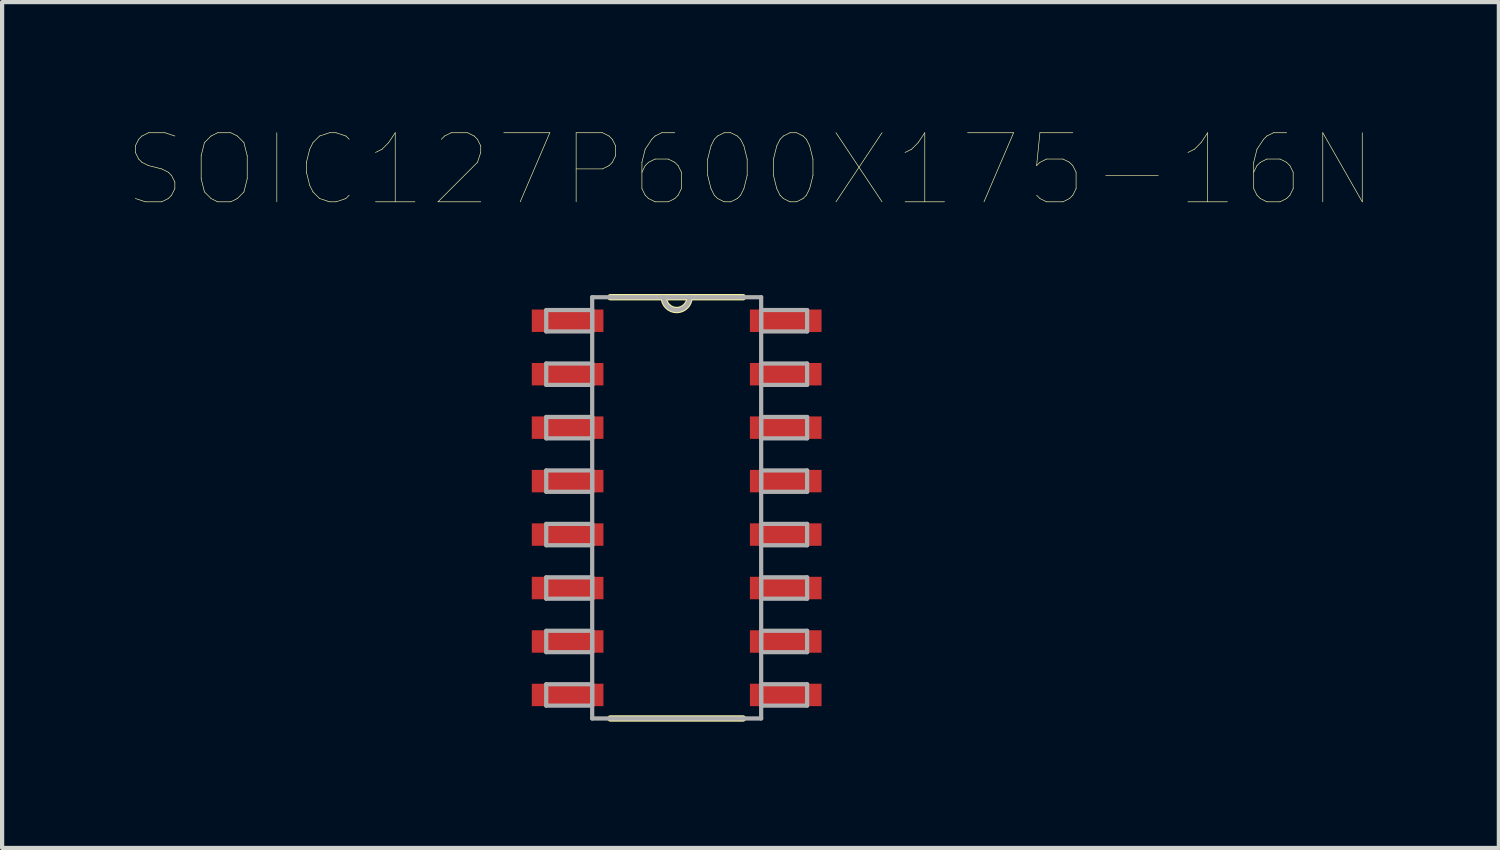
<source format=kicad_pcb>
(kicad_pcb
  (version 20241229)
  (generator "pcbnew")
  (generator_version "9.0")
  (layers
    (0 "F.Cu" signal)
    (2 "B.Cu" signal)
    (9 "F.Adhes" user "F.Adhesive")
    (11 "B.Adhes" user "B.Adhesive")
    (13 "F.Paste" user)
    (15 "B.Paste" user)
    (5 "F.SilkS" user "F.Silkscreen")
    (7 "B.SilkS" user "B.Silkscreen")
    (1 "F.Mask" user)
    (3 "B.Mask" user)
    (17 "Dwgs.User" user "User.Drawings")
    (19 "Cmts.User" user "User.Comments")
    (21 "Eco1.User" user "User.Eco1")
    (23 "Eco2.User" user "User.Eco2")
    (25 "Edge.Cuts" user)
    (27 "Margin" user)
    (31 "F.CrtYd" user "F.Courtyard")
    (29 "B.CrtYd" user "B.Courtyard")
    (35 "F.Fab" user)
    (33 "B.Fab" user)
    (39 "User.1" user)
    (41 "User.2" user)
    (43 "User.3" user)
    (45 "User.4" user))
  (footprint "SOIC127P600X175-16N"
    (layer "F.Cu")
    (at 13.026 9.015)
    (property "Reference" "SOIC127P600X175-16N" (at 1.753 -8.029 0) (layer "F.SilkS") (effects (font (size 1.641 1.641) (thickness 0.015))))
    (attr through_hole)
    (fp_line (start -1.575 5.004) (end 1.575 5.004) (stroke (width 0.152) (type solid)) (layer "F.SilkS"))
    (fp_line (start -0.305 -5.004) (end -1.575 -5.004) (stroke (width 0.152) (type solid)) (layer "F.SilkS"))
    (fp_line (start 0.305 -5.004) (end -0.305 -5.004) (stroke (width 0.152) (type solid)) (layer "F.SilkS"))
    (fp_line (start 1.575 -5.004) (end 0.305 -5.004) (stroke (width 0.152) (type solid)) (layer "F.SilkS"))
    (fp_arc (start 0.3048 -5.0038) (mid 0 -4.699) (end -0.3048 -5.0038) (stroke (width 0.1524) (type solid)) (layer "F.SilkS"))
    (fp_line (start -3.099 -4.699) (end -3.099 -4.191) (stroke (width 0.1) (type solid)) (layer "F.Fab"))
    (fp_line (start -3.099 -4.191) (end -2.007 -4.191) (stroke (width 0.1) (type solid)) (layer "F.Fab"))
    (fp_line (start -3.099 -3.429) (end -3.099 -2.921) (stroke (width 0.1) (type solid)) (layer "F.Fab"))
    (fp_line (start -3.099 -2.921) (end -2.007 -2.921) (stroke (width 0.1) (type solid)) (layer "F.Fab"))
    (fp_line (start -3.099 -2.159) (end -3.099 -1.651) (stroke (width 0.1) (type solid)) (layer "F.Fab"))
    (fp_line (start -3.099 -1.651) (end -2.007 -1.651) (stroke (width 0.1) (type solid)) (layer "F.Fab"))
    (fp_line (start -3.099 -0.889) (end -3.099 -0.381) (stroke (width 0.1) (type solid)) (layer "F.Fab"))
    (fp_line (start -3.099 -0.381) (end -2.007 -0.381) (stroke (width 0.1) (type solid)) (layer "F.Fab"))
    (fp_line (start -3.099 0.381) (end -3.099 0.889) (stroke (width 0.1) (type solid)) (layer "F.Fab"))
    (fp_line (start -3.099 0.889) (end -2.007 0.889) (stroke (width 0.1) (type solid)) (layer "F.Fab"))
    (fp_line (start -3.099 1.651) (end -3.099 2.159) (stroke (width 0.1) (type solid)) (layer "F.Fab"))
    (fp_line (start -3.099 2.159) (end -2.007 2.159) (stroke (width 0.1) (type solid)) (layer "F.Fab"))
    (fp_line (start -3.099 2.921) (end -3.099 3.429) (stroke (width 0.1) (type solid)) (layer "F.Fab"))
    (fp_line (start -3.099 3.429) (end -2.007 3.429) (stroke (width 0.1) (type solid)) (layer "F.Fab"))
    (fp_line (start -3.099 4.191) (end -3.099 4.699) (stroke (width 0.1) (type solid)) (layer "F.Fab"))
    (fp_line (start -3.099 4.699) (end -2.007 4.699) (stroke (width 0.1) (type solid)) (layer "F.Fab"))
    (fp_line (start -2.007 -5.004) (end -2.007 5.004) (stroke (width 0.1) (type solid)) (layer "F.Fab"))
    (fp_line (start -2.007 -4.699) (end -3.099 -4.699) (stroke (width 0.1) (type solid)) (layer "F.Fab"))
    (fp_line (start -2.007 -4.191) (end -2.007 -4.699) (stroke (width 0.1) (type solid)) (layer "F.Fab"))
    (fp_line (start -2.007 -3.429) (end -3.099 -3.429) (stroke (width 0.1) (type solid)) (layer "F.Fab"))
    (fp_line (start -2.007 -2.921) (end -2.007 -3.429) (stroke (width 0.1) (type solid)) (layer "F.Fab"))
    (fp_line (start -2.007 -2.159) (end -3.099 -2.159) (stroke (width 0.1) (type solid)) (layer "F.Fab"))
    (fp_line (start -2.007 -1.651) (end -2.007 -2.159) (stroke (width 0.1) (type solid)) (layer "F.Fab"))
    (fp_line (start -2.007 -0.889) (end -3.099 -0.889) (stroke (width 0.1) (type solid)) (layer "F.Fab"))
    (fp_line (start -2.007 -0.381) (end -2.007 -0.889) (stroke (width 0.1) (type solid)) (layer "F.Fab"))
    (fp_line (start -2.007 0.381) (end -3.099 0.381) (stroke (width 0.1) (type solid)) (layer "F.Fab"))
    (fp_line (start -2.007 0.889) (end -2.007 0.381) (stroke (width 0.1) (type solid)) (layer "F.Fab"))
    (fp_line (start -2.007 1.651) (end -3.099 1.651) (stroke (width 0.1) (type solid)) (layer "F.Fab"))
    (fp_line (start -2.007 2.159) (end -2.007 1.651) (stroke (width 0.1) (type solid)) (layer "F.Fab"))
    (fp_line (start -2.007 2.921) (end -3.099 2.921) (stroke (width 0.1) (type solid)) (layer "F.Fab"))
    (fp_line (start -2.007 3.429) (end -2.007 2.921) (stroke (width 0.1) (type solid)) (layer "F.Fab"))
    (fp_line (start -2.007 4.191) (end -3.099 4.191) (stroke (width 0.1) (type solid)) (layer "F.Fab"))
    (fp_line (start -2.007 4.699) (end -2.007 4.191) (stroke (width 0.1) (type solid)) (layer "F.Fab"))
    (fp_line (start -2.007 5.004) (end 2.007 5.004) (stroke (width 0.1) (type solid)) (layer "F.Fab"))
    (fp_line (start -0.305 -5.004) (end -2.007 -5.004) (stroke (width 0.1) (type solid)) (layer "F.Fab"))
    (fp_line (start 0.305 -5.004) (end -0.305 -5.004) (stroke (width 0.1) (type solid)) (layer "F.Fab"))
    (fp_line (start 2.007 -5.004) (end 0.305 -5.004) (stroke (width 0.1) (type solid)) (layer "F.Fab"))
    (fp_line (start 2.007 -4.699) (end 2.007 -4.191) (stroke (width 0.1) (type solid)) (layer "F.Fab"))
    (fp_line (start 2.007 -4.191) (end 3.099 -4.191) (stroke (width 0.1) (type solid)) (layer "F.Fab"))
    (fp_line (start 2.007 -3.429) (end 2.007 -2.921) (stroke (width 0.1) (type solid)) (layer "F.Fab"))
    (fp_line (start 2.007 -2.921) (end 3.099 -2.921) (stroke (width 0.1) (type solid)) (layer "F.Fab"))
    (fp_line (start 2.007 -2.159) (end 2.007 -1.651) (stroke (width 0.1) (type solid)) (layer "F.Fab"))
    (fp_line (start 2.007 -1.651) (end 3.099 -1.651) (stroke (width 0.1) (type solid)) (layer "F.Fab"))
    (fp_line (start 2.007 -0.889) (end 2.007 -0.381) (stroke (width 0.1) (type solid)) (layer "F.Fab"))
    (fp_line (start 2.007 -0.381) (end 3.099 -0.381) (stroke (width 0.1) (type solid)) (layer "F.Fab"))
    (fp_line (start 2.007 0.381) (end 2.007 0.889) (stroke (width 0.1) (type solid)) (layer "F.Fab"))
    (fp_line (start 2.007 0.889) (end 3.099 0.889) (stroke (width 0.1) (type solid)) (layer "F.Fab"))
    (fp_line (start 2.007 1.651) (end 2.007 2.159) (stroke (width 0.1) (type solid)) (layer "F.Fab"))
    (fp_line (start 2.007 2.159) (end 3.099 2.159) (stroke (width 0.1) (type solid)) (layer "F.Fab"))
    (fp_line (start 2.007 2.921) (end 2.007 3.429) (stroke (width 0.1) (type solid)) (layer "F.Fab"))
    (fp_line (start 2.007 3.429) (end 3.099 3.429) (stroke (width 0.1) (type solid)) (layer "F.Fab"))
    (fp_line (start 2.007 4.191) (end 2.007 4.699) (stroke (width 0.1) (type solid)) (layer "F.Fab"))
    (fp_line (start 2.007 4.699) (end 3.099 4.699) (stroke (width 0.1) (type solid)) (layer "F.Fab"))
    (fp_line (start 2.007 5.004) (end 2.007 -5.004) (stroke (width 0.1) (type solid)) (layer "F.Fab"))
    (fp_line (start 3.099 -4.699) (end 2.007 -4.699) (stroke (width 0.1) (type solid)) (layer "F.Fab"))
    (fp_line (start 3.099 -4.191) (end 3.099 -4.699) (stroke (width 0.1) (type solid)) (layer "F.Fab"))
    (fp_line (start 3.099 -3.429) (end 2.007 -3.429) (stroke (width 0.1) (type solid)) (layer "F.Fab"))
    (fp_line (start 3.099 -2.921) (end 3.099 -3.429) (stroke (width 0.1) (type solid)) (layer "F.Fab"))
    (fp_line (start 3.099 -2.159) (end 2.007 -2.159) (stroke (width 0.1) (type solid)) (layer "F.Fab"))
    (fp_line (start 3.099 -1.651) (end 3.099 -2.159) (stroke (width 0.1) (type solid)) (layer "F.Fab"))
    (fp_line (start 3.099 -0.889) (end 2.007 -0.889) (stroke (width 0.1) (type solid)) (layer "F.Fab"))
    (fp_line (start 3.099 -0.381) (end 3.099 -0.889) (stroke (width 0.1) (type solid)) (layer "F.Fab"))
    (fp_line (start 3.099 0.381) (end 2.007 0.381) (stroke (width 0.1) (type solid)) (layer "F.Fab"))
    (fp_line (start 3.099 0.889) (end 3.099 0.381) (stroke (width 0.1) (type solid)) (layer "F.Fab"))
    (fp_line (start 3.099 1.651) (end 2.007 1.651) (stroke (width 0.1) (type solid)) (layer "F.Fab"))
    (fp_line (start 3.099 2.159) (end 3.099 1.651) (stroke (width 0.1) (type solid)) (layer "F.Fab"))
    (fp_line (start 3.099 2.921) (end 2.007 2.921) (stroke (width 0.1) (type solid)) (layer "F.Fab"))
    (fp_line (start 3.099 3.429) (end 3.099 2.921) (stroke (width 0.1) (type solid)) (layer "F.Fab"))
    (fp_line (start 3.099 4.191) (end 2.007 4.191) (stroke (width 0.1) (type solid)) (layer "F.Fab"))
    (fp_line (start 3.099 4.699) (end 3.099 4.191) (stroke (width 0.1) (type solid)) (layer "F.Fab"))
    (fp_arc (start 0.3048 -5.0038) (mid 0 -4.699) (end -0.3048 -5.0038) (stroke (width 0.1) (type solid)) (layer "F.Fab"))
    (pad "1" smd rect (at -2.591 -4.445) (size 1.702 0.533) (layers "F.Cu" "F.Mask" "F.Paste"))
    (pad "2" smd rect (at -2.591 -3.175) (size 1.702 0.533) (layers "F.Cu" "F.Mask" "F.Paste"))
    (pad "3" smd rect (at -2.591 -1.905) (size 1.702 0.533) (layers "F.Cu" "F.Mask" "F.Paste"))
    (pad "4" smd rect (at -2.591 -0.635) (size 1.702 0.533) (layers "F.Cu" "F.Mask" "F.Paste"))
    (pad "5" smd rect (at -2.591 0.635) (size 1.702 0.533) (layers "F.Cu" "F.Mask" "F.Paste"))
    (pad "6" smd rect (at -2.591 1.905) (size 1.702 0.533) (layers "F.Cu" "F.Mask" "F.Paste"))
    (pad "7" smd rect (at -2.591 3.175) (size 1.702 0.533) (layers "F.Cu" "F.Mask" "F.Paste"))
    (pad "8" smd rect (at -2.591 4.445) (size 1.702 0.533) (layers "F.Cu" "F.Mask" "F.Paste"))
    (pad "9" smd rect (at 2.591 4.445) (size 1.702 0.533) (layers "F.Cu" "F.Mask" "F.Paste"))
    (pad "10" smd rect (at 2.591 3.175) (size 1.702 0.533) (layers "F.Cu" "F.Mask" "F.Paste"))
    (pad "11" smd rect (at 2.591 1.905) (size 1.702 0.533) (layers "F.Cu" "F.Mask" "F.Paste"))
    (pad "12" smd rect (at 2.591 0.635) (size 1.702 0.533) (layers "F.Cu" "F.Mask" "F.Paste"))
    (pad "13" smd rect (at 2.591 -0.635) (size 1.702 0.533) (layers "F.Cu" "F.Mask" "F.Paste"))
    (pad "14" smd rect (at 2.591 -1.905) (size 1.702 0.533) (layers "F.Cu" "F.Mask" "F.Paste"))
    (pad "15" smd rect (at 2.591 -3.175) (size 1.702 0.533) (layers "F.Cu" "F.Mask" "F.Paste"))
    (pad "16" smd rect (at 2.591 -4.445) (size 1.702 0.533) (layers "F.Cu" "F.Mask" "F.Paste")))
  (gr_rect
    (start -3 -3)
    (end 32.559 17.095)
    (stroke (width 0.1) (type default))
    (fill no)
    (layer "Edge.Cuts")))
</source>
